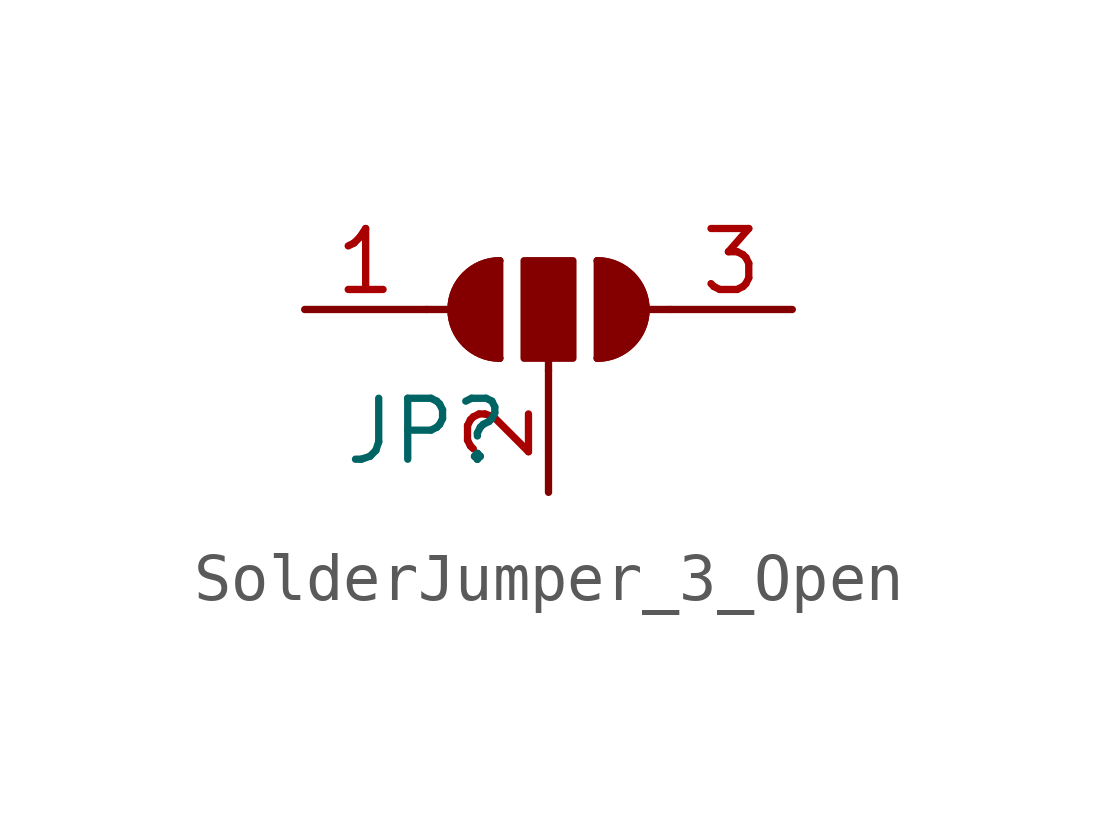
<source format=kicad_sym>
(kicad_symbol_lib
  (version 20241209)
  (generator "kicad_symbol_editor")
  (generator_version "9.0")
  (symbol "SolderJumper_3_Open"
    (pin_names
      (offset 0)
      (hide yes))
    (property "Reference" "JP"
      (at -2.54 -2.54 0)
      (effects (font (size 1.27 1.27))))
    (symbol "SolderJumper_3_Open_0_1"
      (polyline (pts (xy -2.54 0) (xy -2.032 0)) (stroke (width 0) (type default)) (fill (type none)))
      (polyline (pts (xy -1.016 1.016) (xy -1.016 -1.016)) (stroke (width 0) (type default)) (fill (type none)))
      (arc (start -1.016 -1.016) (mid -2.0276 0) (end -1.016 1.016) (stroke (width 0) (type default)) (fill (type none)))
      (arc (start -1.016 -1.016) (mid -2.0276 0) (end -1.016 1.016) (stroke (width 0) (type default)) (fill (type outline)))
      (rectangle (start -0.508 1.016) (end 0.508 -1.016) (stroke (width 0) (type default)) (fill (type outline)))
      (polyline (pts (xy 0 -1.27) (xy 0 -1.016)) (stroke (width 0) (type default)) (fill (type none)))
      (arc (start 1.016 1.016) (mid 2.0276 0) (end 1.016 -1.016) (stroke (width 0) (type default)) (fill (type none)))
      (arc (start 1.016 1.016) (mid 2.0276 0) (end 1.016 -1.016) (stroke (width 0) (type default)) (fill (type outline)))
      (polyline (pts (xy 1.016 1.016) (xy 1.016 -1.016)) (stroke (width 0) (type default)) (fill (type none)))
      (polyline (pts (xy 2.54 0) (xy 2.032 0)) (stroke (width 0) (type default)) (fill (type none))))
    (symbol "SolderJumper_3_Open_1_1"
      (pin passive line (at -5.08 0 0) (length 2.54) (name "A" (effects (font (size 1.27 1.27)))) (number "1" (effects (font (size 1.27 1.27)))))
      (pin passive line (at 0 -3.81 90) (length 2.54) (name "C" (effects (font (size 1.27 1.27)))) (number "2" (effects (font (size 1.27 1.27)))))
      (pin passive line (at 5.08 0 180) (length 2.54) (name "B" (effects (font (size 1.27 1.27)))) (number "3" (effects (font (size 1.27 1.27))))))))
</source>
